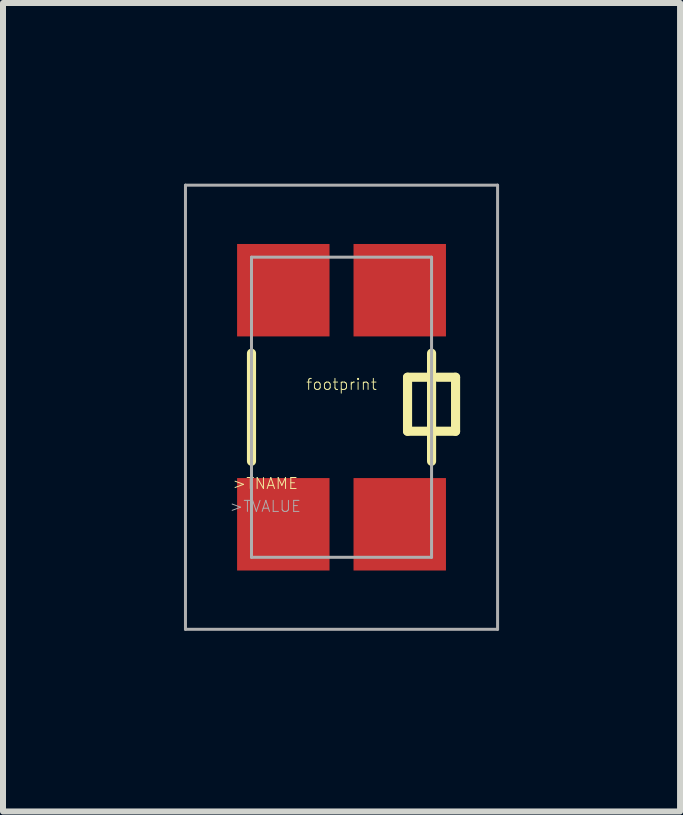
<source format=kicad_pcb>
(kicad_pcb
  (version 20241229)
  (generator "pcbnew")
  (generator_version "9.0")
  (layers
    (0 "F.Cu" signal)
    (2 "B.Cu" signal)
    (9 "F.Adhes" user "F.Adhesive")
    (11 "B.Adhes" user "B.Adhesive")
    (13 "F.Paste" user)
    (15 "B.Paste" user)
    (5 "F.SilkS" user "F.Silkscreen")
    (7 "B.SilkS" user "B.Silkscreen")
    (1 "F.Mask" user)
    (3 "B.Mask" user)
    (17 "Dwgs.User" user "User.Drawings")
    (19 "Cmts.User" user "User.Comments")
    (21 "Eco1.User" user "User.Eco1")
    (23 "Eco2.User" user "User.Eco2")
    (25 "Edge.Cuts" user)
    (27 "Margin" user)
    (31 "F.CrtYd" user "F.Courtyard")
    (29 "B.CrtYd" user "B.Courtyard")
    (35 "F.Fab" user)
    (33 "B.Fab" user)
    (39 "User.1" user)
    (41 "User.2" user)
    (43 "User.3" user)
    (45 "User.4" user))
  (footprint "footprint"
    (layer "F.Cu")
    (at 2.64 3.735)
    (property "Reference" "footprint" (at 0 -0.381 0) (layer "F.SilkS") (effects (font (size 0.184 0.184) (thickness 0.016))))
    (fp_line (start -1.5 -0.9) (end -1.5 0.9) (stroke (width 0.152) (type solid)) (layer "F.SilkS"))
    (fp_line (start 1.1 -0.5) (end 1.1 0.4) (stroke (width 0.152) (type solid)) (layer "F.SilkS"))
    (fp_line (start 1.1 0.4) (end 1.5 0.4) (stroke (width 0.152) (type solid)) (layer "F.SilkS"))
    (fp_line (start 1.5 -0.9) (end 1.5 -0.5) (stroke (width 0.152) (type solid)) (layer "F.SilkS"))
    (fp_line (start 1.5 -0.5) (end 1.1 -0.5) (stroke (width 0.152) (type solid)) (layer "F.SilkS"))
    (fp_line (start 1.5 -0.5) (end 1.5 0.4) (stroke (width 0.152) (type solid)) (layer "F.SilkS"))
    (fp_line (start 1.5 0.4) (end 1.5 0.9) (stroke (width 0.152) (type solid)) (layer "F.SilkS"))
    (fp_line (start 1.6 -0.5) (end 1.9 -0.5) (stroke (width 0.152) (type solid)) (layer "F.SilkS"))
    (fp_line (start 1.9 -0.5) (end 1.9 0.4) (stroke (width 0.152) (type solid)) (layer "F.SilkS"))
    (fp_line (start 1.9 0.4) (end 1.5 0.4) (stroke (width 0.152) (type solid)) (layer "F.SilkS"))
    (fp_line (start -2.6 -3.7) (end 2.6 -3.7) (stroke (width 0.05) (type solid)) (layer "F.Fab"))
    (fp_line (start -2.6 3.7) (end -2.6 -3.7) (stroke (width 0.05) (type solid)) (layer "F.Fab"))
    (fp_line (start -1.5 -2.5) (end 1.5 -2.5) (stroke (width 0.05) (type solid)) (layer "F.Fab"))
    (fp_line (start -1.5 2.5) (end -1.5 -2.5) (stroke (width 0.05) (type solid)) (layer "F.Fab"))
    (fp_line (start 1.5 -2.5) (end 1.5 2.5) (stroke (width 0.05) (type solid)) (layer "F.Fab"))
    (fp_line (start 1.5 2.5) (end -1.5 2.5) (stroke (width 0.05) (type solid)) (layer "F.Fab"))
    (fp_line (start 2.6 -3.7) (end 2.6 3.7) (stroke (width 0.05) (type solid)) (layer "F.Fab"))
    (fp_line (start 2.6 3.7) (end -2.6 3.7) (stroke (width 0.05) (type solid)) (layer "F.Fab"))
    (fp_text user ">TNAME" (at -1.27 1.27 0) (layer "F.SilkS") (effects (font (size 0.184 0.184) (thickness 0.016))))
    (fp_text user ">TVALUE" (at -1.27 1.651 0) (layer "F.Fab") (effects (font (size 0.184 0.184) (thickness 0.016))))
    (pad "1" smd rect (at -0.97 1.95) (size 1.54 1.54) (layers "F.Cu" "F.Mask" "F.Paste"))
    (pad "2" smd rect (at -0.97 -1.95) (size 1.54 1.54) (layers "F.Cu" "F.Mask" "F.Paste"))
    (pad "3" smd rect (at 0.97 -1.95) (size 1.54 1.54) (layers "F.Cu" "F.Mask" "F.Paste"))
    (pad "FEED" smd rect (at 0.97 1.95) (size 1.54 1.54) (layers "F.Cu" "F.Mask" "F.Paste"))
    (zone (net_name "") (layer "F.Cu") (hatch edge 0.508) (connect_pads) (min_thickness 0.254) (filled_areas_thickness no) (keepout (tracks not_allowed) (vias not_allowed) (pads not_allowed) (copperpour not_allowed) (footprints allowed)) (placement (enabled no)) (fill) (polygon (pts (xy 0 4.935) (xy 5.28 4.935) (xy 5.28 0) (xy 0 0))))
    (zone (net_name "") (layer "F.Cu") (hatch edge 0.508) (connect_pads) (min_thickness 0.254) (filled_areas_thickness no) (keepout (tracks not_allowed) (vias not_allowed) (pads not_allowed) (copperpour not_allowed) (footprints allowed)) (placement (enabled no)) (fill) (polygon (pts (xy 0 7.47) (xy 2.84 7.47) (xy 2.84 4.935) (xy 0 4.935))))
    (zone (net_name "") (layer "F.Cu") (hatch edge 0.508) (connect_pads) (min_thickness 0.254) (filled_areas_thickness no) (keepout (tracks not_allowed) (vias not_allowed) (pads not_allowed) (copperpour not_allowed) (footprints allowed)) (placement (enabled no)) (fill) (polygon (pts (xy 2.84 7.47) (xy 5.28 7.47) (xy 5.28 6.435) (xy 2.84 6.435))))
    (zone (net_name "") (layer "B.Cu") (hatch edge 0.508) (connect_pads) (min_thickness 0.254) (filled_areas_thickness no) (keepout (tracks not_allowed) (vias not_allowed) (pads not_allowed) (copperpour not_allowed) (footprints allowed)) (placement (enabled no)) (fill) (polygon (pts (xy 0 7.47) (xy 5.28 7.47) (xy 5.28 0) (xy 0 0)))))
  (gr_rect
    (start -3 -3)
    (end 8.28 10.47)
    (stroke (width 0.1) (type default))
    (fill no)
    (layer "Edge.Cuts")))
</source>
